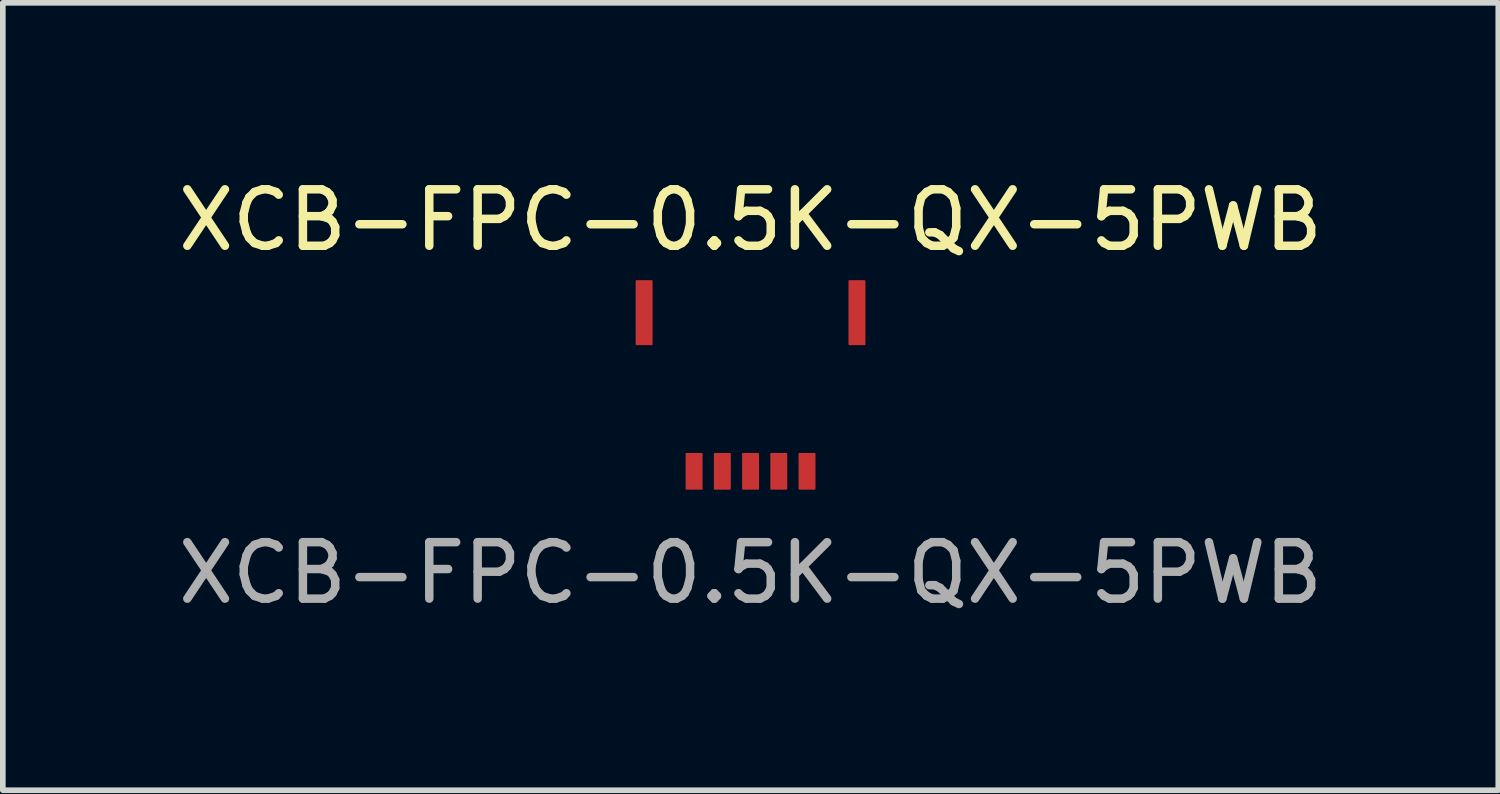
<source format=kicad_pcb>
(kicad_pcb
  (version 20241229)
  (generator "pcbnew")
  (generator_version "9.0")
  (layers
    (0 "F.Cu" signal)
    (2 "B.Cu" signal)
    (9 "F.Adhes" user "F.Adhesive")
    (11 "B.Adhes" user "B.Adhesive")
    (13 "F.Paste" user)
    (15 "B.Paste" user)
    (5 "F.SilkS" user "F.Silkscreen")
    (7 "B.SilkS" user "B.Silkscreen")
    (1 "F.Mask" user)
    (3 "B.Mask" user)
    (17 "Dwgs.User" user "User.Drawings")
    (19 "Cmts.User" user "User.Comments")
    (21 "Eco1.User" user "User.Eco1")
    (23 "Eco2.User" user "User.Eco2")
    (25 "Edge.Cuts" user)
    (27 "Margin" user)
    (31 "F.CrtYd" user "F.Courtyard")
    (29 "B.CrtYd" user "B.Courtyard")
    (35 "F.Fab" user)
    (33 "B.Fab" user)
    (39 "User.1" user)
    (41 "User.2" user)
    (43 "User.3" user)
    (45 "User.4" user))
  (footprint "XCB-FPC-0.5K-QX-5PWB"
    (layer "F.Cu")
    (at 10.244 4.598)
    (property "Reference" "XCB-FPC-0.5K-QX-5PWB" (at 0 -3.75 0) (unlocked yes) (layer "F.SilkS") (effects (font (size 1 1) (thickness 0.15))))
    (attr smd)
    (fp_text user "${REFERENCE}" (at 0 2.5 0) (unlocked yes) (layer "F.Fab") (effects (font (size 1 1) (thickness 0.15))))
    (pad "1" smd roundrect (at 1 0.7) (size 0.3 0.65) (layers "F.Cu" "F.Mask" "F.Paste") (roundrect_rratio 0.05))
    (pad "2" smd roundrect (at 0.5 0.7) (size 0.3 0.65) (layers "F.Cu" "F.Mask" "F.Paste") (roundrect_rratio 0.05))
    (pad "3" smd roundrect (at 0 0.7) (size 0.3 0.65) (layers "F.Cu" "F.Mask" "F.Paste") (roundrect_rratio 0.05))
    (pad "4" smd roundrect (at -0.5 0.7) (size 0.3 0.65) (layers "F.Cu" "F.Mask" "F.Paste") (roundrect_rratio 0.05))
    (pad "5" smd roundrect (at -1 0.7) (size 0.3 0.65) (layers "F.Cu" "F.Mask" "F.Paste") (roundrect_rratio 0.05))
    (pad "6" smd roundrect (at 1.885 -2.11) (size 0.3 1.15) (layers "F.Cu" "F.Mask" "F.Paste") (roundrect_rratio 0.05))
    (pad "7" smd roundrect (at -1.885 -2.11) (size 0.3 1.15) (layers "F.Cu" "F.Mask" "F.Paste") (roundrect_rratio 0.05)))
  (gr_rect
    (start -3 -3)
    (end 23.488 10.947)
    (stroke (width 0.1) (type default))
    (fill no)
    (layer "Edge.Cuts")))
</source>
